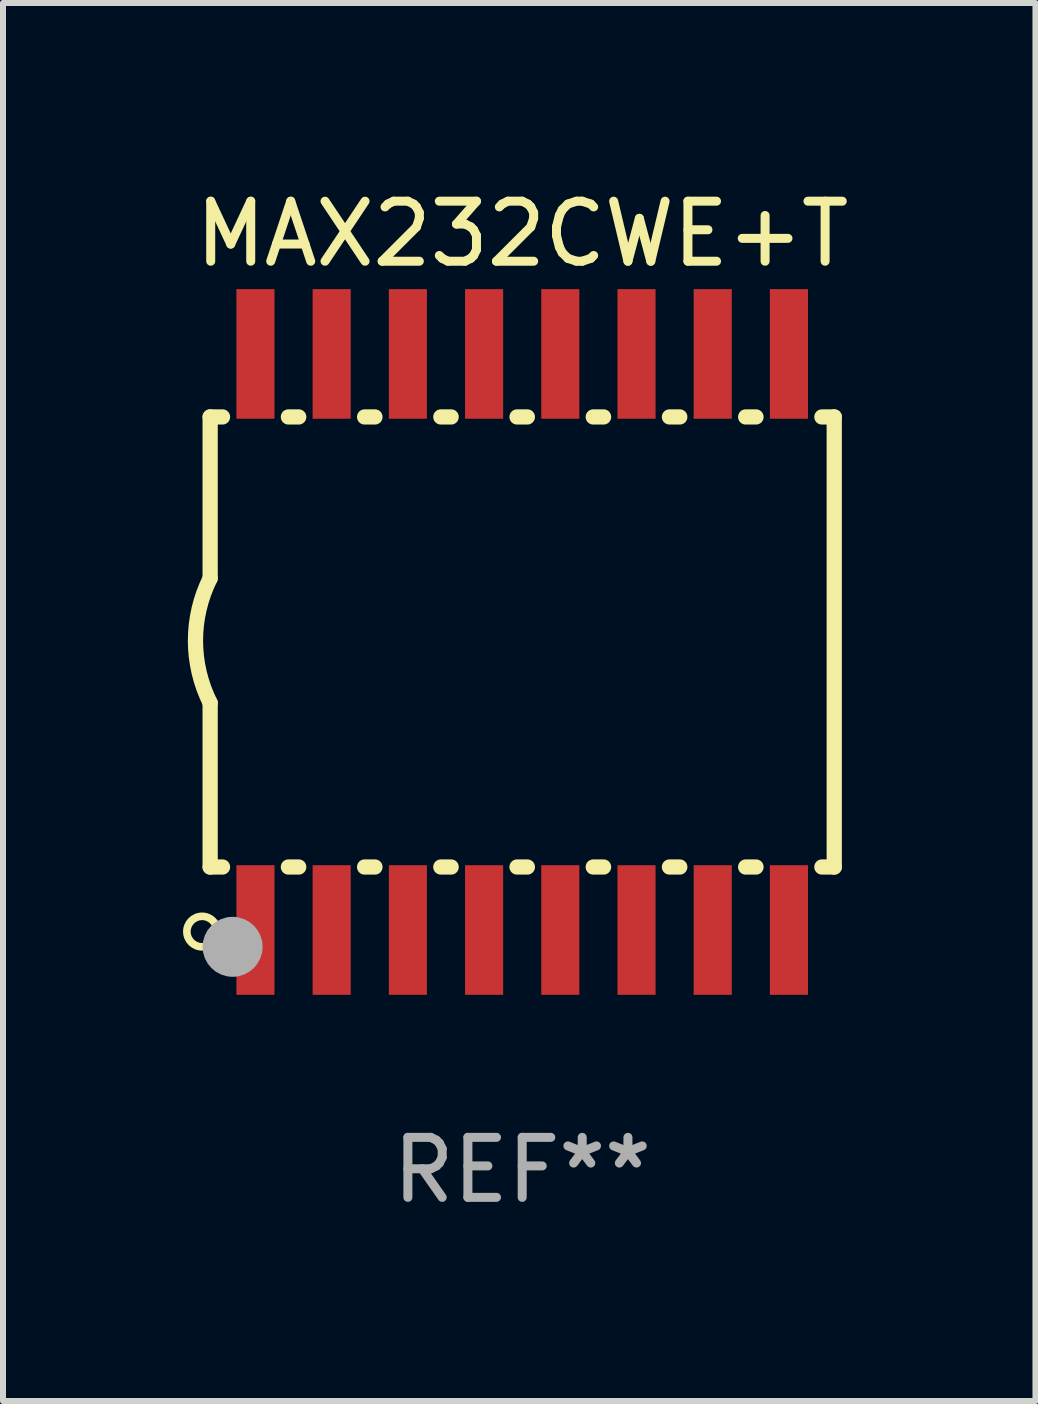
<source format=kicad_pcb>
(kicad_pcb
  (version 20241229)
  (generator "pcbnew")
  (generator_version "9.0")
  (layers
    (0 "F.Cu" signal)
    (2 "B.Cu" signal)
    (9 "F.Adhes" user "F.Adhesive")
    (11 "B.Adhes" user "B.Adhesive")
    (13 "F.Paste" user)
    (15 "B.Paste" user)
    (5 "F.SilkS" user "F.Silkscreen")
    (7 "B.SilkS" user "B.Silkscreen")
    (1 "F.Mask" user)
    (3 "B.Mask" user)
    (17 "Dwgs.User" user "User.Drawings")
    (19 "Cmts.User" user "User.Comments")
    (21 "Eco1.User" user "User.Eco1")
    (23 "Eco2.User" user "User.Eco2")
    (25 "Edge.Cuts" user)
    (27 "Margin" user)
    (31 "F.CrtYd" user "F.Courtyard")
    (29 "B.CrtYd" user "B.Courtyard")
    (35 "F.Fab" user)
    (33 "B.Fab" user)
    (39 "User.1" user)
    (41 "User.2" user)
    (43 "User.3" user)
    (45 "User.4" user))
  (footprint "MAX232CWE+T"
    (layer "F.Cu")
    (at 5.652 7.648)
    (property "Reference" "MAX232CWE+T" (at 0 -6.8 0) (layer "F.SilkS") (effects (font (size 1 1) (thickness 0.15))))
    (attr through_hole)
    (fp_line (start -5.2 -3.75) (end -5.2 -1.06) (stroke (width 0.254) (type solid)) (layer "F.SilkS"))
    (fp_line (start -5.2 -3.75) (end -4.994 -3.75) (stroke (width 0.254) (type solid)) (layer "F.SilkS"))
    (fp_line (start -5.2 3.75) (end -5.2 1.016) (stroke (width 0.254) (type solid)) (layer "F.SilkS"))
    (fp_line (start -5.2 3.75) (end -4.994 3.75) (stroke (width 0.254) (type solid)) (layer "F.SilkS"))
    (fp_line (start -3.896 -3.75) (end -3.724 -3.75) (stroke (width 0.254) (type solid)) (layer "F.SilkS"))
    (fp_line (start -3.896 3.75) (end -3.724 3.75) (stroke (width 0.254) (type solid)) (layer "F.SilkS"))
    (fp_line (start -2.626 -3.75) (end -2.454 -3.75) (stroke (width 0.254) (type solid)) (layer "F.SilkS"))
    (fp_line (start -2.626 3.75) (end -2.454 3.75) (stroke (width 0.254) (type solid)) (layer "F.SilkS"))
    (fp_line (start -1.356 -3.75) (end -1.184 -3.75) (stroke (width 0.254) (type solid)) (layer "F.SilkS"))
    (fp_line (start -1.356 3.75) (end -1.184 3.75) (stroke (width 0.254) (type solid)) (layer "F.SilkS"))
    (fp_line (start -0.086 -3.75) (end 0.086 -3.75) (stroke (width 0.254) (type solid)) (layer "F.SilkS"))
    (fp_line (start -0.086 3.75) (end 0.086 3.75) (stroke (width 0.254) (type solid)) (layer "F.SilkS"))
    (fp_line (start 1.184 -3.75) (end 1.356 -3.75) (stroke (width 0.254) (type solid)) (layer "F.SilkS"))
    (fp_line (start 1.184 3.75) (end 1.356 3.75) (stroke (width 0.254) (type solid)) (layer "F.SilkS"))
    (fp_line (start 2.454 -3.75) (end 2.626 -3.75) (stroke (width 0.254) (type solid)) (layer "F.SilkS"))
    (fp_line (start 2.454 3.75) (end 2.626 3.75) (stroke (width 0.254) (type solid)) (layer "F.SilkS"))
    (fp_line (start 3.724 -3.75) (end 3.896 -3.75) (stroke (width 0.254) (type solid)) (layer "F.SilkS"))
    (fp_line (start 3.724 3.75) (end 3.896 3.75) (stroke (width 0.254) (type solid)) (layer "F.SilkS"))
    (fp_line (start 4.994 -3.75) (end 5.2 -3.75) (stroke (width 0.254) (type solid)) (layer "F.SilkS"))
    (fp_line (start 4.994 3.75) (end 5.2 3.75) (stroke (width 0.254) (type solid)) (layer "F.SilkS"))
    (fp_line (start 5.2 3.75) (end 5.2 -3.75) (stroke (width 0.254) (type solid)) (layer "F.SilkS"))
    (fp_arc (start -5.199391 1.016002) (mid -5.444637 -0.021925) (end -5.2 -1.059995) (stroke (width 0.254001) (type solid)) (layer "F.SilkS"))
    (fp_circle (center -5.334 4.826) (end -5.08 4.826) (stroke (width 0.127) (type solid)) (fill no) (layer "F.SilkS"))
    (fp_circle (center -5.15 5.15) (end -5.12 5.15) (stroke (width 0.06) (type solid)) (fill no) (layer "F.SilkS"))
    (fp_circle (center -4.826 5.08) (end -4.576 5.08) (stroke (width 0.5) (type solid)) (fill no) (layer "F.Fab"))
    (fp_text user "REF**" (at 0 8.8 0) (layer "F.Fab") (effects (font (size 1 1) (thickness 0.15))))
    (pad "1" smd rect (at -4.445 4.8) (size 0.635 2.16) (layers "F.Cu" "F.Mask" "F.Paste"))
    (pad "2" smd rect (at -3.175 4.8) (size 0.635 2.16) (layers "F.Cu" "F.Mask" "F.Paste"))
    (pad "3" smd rect (at -1.905 4.8) (size 0.635 2.16) (layers "F.Cu" "F.Mask" "F.Paste"))
    (pad "4" smd rect (at -0.635 4.8) (size 0.635 2.16) (layers "F.Cu" "F.Mask" "F.Paste"))
    (pad "5" smd rect (at 0.635 4.8) (size 0.635 2.16) (layers "F.Cu" "F.Mask" "F.Paste"))
    (pad "6" smd rect (at 1.905 4.8) (size 0.635 2.16) (layers "F.Cu" "F.Mask" "F.Paste"))
    (pad "7" smd rect (at 3.175 4.8) (size 0.635 2.16) (layers "F.Cu" "F.Mask" "F.Paste"))
    (pad "8" smd rect (at 4.445 4.8) (size 0.635 2.16) (layers "F.Cu" "F.Mask" "F.Paste"))
    (pad "9" smd rect (at 4.445 -4.8) (size 0.635 2.16) (layers "F.Cu" "F.Mask" "F.Paste"))
    (pad "10" smd rect (at 3.175 -4.8) (size 0.635 2.16) (layers "F.Cu" "F.Mask" "F.Paste"))
    (pad "11" smd rect (at 1.905 -4.8) (size 0.635 2.16) (layers "F.Cu" "F.Mask" "F.Paste"))
    (pad "12" smd rect (at 0.635 -4.8) (size 0.635 2.16) (layers "F.Cu" "F.Mask" "F.Paste"))
    (pad "13" smd rect (at -0.635 -4.8) (size 0.635 2.16) (layers "F.Cu" "F.Mask" "F.Paste"))
    (pad "14" smd rect (at -1.905 -4.8) (size 0.635 2.16) (layers "F.Cu" "F.Mask" "F.Paste"))
    (pad "15" smd rect (at -3.175 -4.8) (size 0.635 2.16) (layers "F.Cu" "F.Mask" "F.Paste"))
    (pad "16" smd rect (at -4.445 -4.8) (size 0.635 2.16) (layers "F.Cu" "F.Mask" "F.Paste")))
  (gr_rect
    (start -3 -3)
    (end 14.205 20.297)
    (stroke (width 0.1) (type default))
    (fill no)
    (layer "Edge.Cuts")))
</source>
